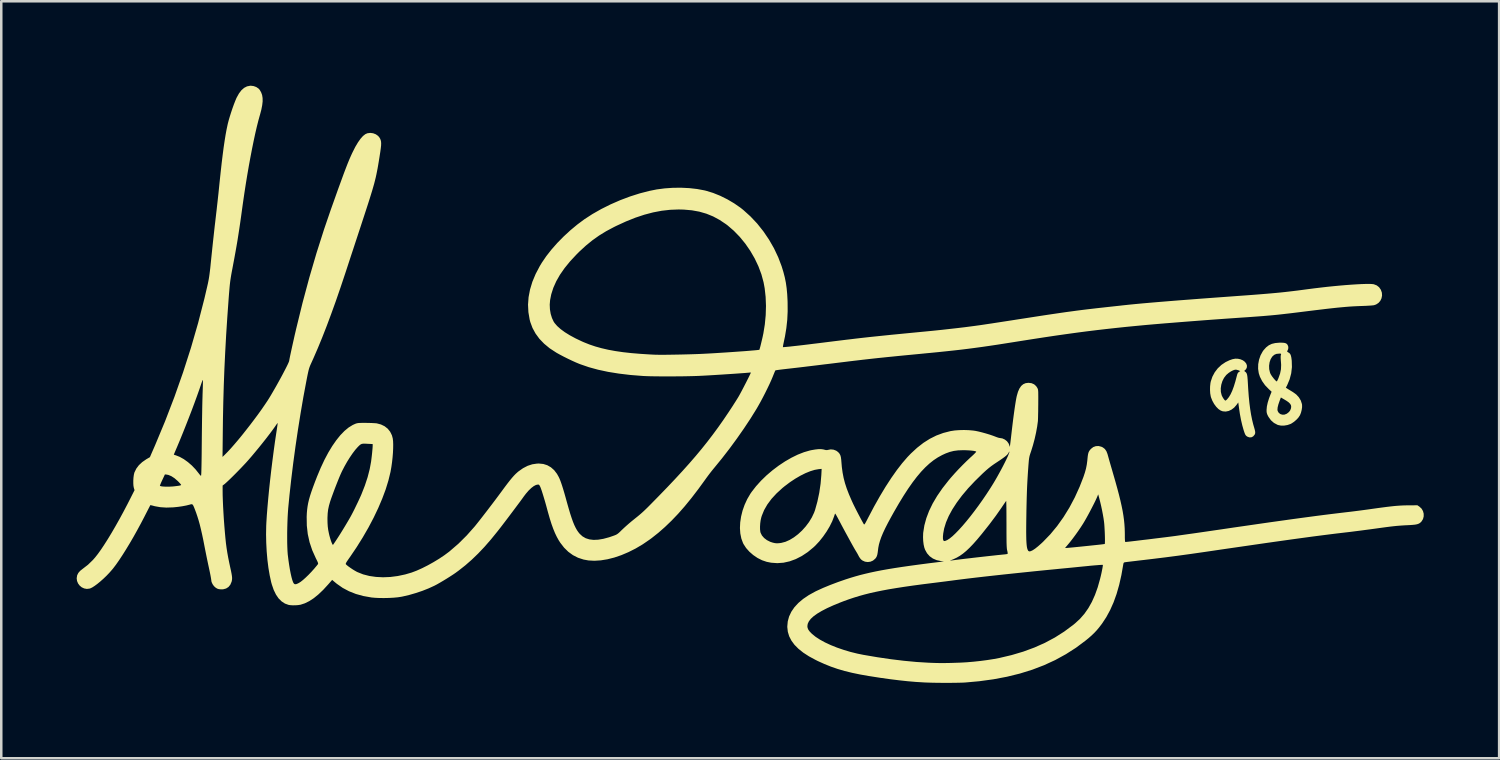
<source format=kicad_pcb>
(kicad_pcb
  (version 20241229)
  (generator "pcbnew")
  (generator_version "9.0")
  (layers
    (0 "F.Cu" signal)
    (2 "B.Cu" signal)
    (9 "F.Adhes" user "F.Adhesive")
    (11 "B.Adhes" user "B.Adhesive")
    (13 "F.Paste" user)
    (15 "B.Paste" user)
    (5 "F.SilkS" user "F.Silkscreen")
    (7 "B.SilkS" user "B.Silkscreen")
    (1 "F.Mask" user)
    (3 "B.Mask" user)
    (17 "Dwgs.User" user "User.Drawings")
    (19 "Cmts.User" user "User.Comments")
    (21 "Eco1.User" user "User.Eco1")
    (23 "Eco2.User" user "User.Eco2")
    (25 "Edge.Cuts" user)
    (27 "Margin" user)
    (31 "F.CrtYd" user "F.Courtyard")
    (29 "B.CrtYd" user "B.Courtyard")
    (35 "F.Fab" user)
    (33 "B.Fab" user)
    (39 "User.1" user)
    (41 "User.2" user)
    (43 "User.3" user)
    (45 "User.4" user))
  (footprint "Alectardy98 (3) F.CU"
    (layer "F.Cu")
    (at 26.107 12.086)
    (property "Reference" "Alectardy98 (3) F.CU" (at 11.938 -10.668 0) (layer "User.1") (effects (font (size 1.524 1.524) (thickness 0.3))))
    (attr board_only exclude_from_pos_files exclude_from_bom)
    (fp_poly (pts (xy 20.08 -0.867) (xy 20.182 -0.845) (xy 20.281 -0.803) (xy 20.358 -0.745) (xy 20.412 -0.677) (xy 20.44 -0.603) (xy 20.44 -0.529) (xy 20.41 -0.458) (xy 20.379 -0.424) (xy 20.332 -0.38) (xy 20.371 -0.352) (xy 20.405 -0.322) (xy 20.43 -0.283) (xy 20.448 -0.228) (xy 20.46 -0.151) (xy 20.469 -0.047) (xy 20.473 0.009) (xy 20.492 0.336) (xy 20.514 0.631) (xy 20.54 0.896) (xy 20.571 1.136) (xy 20.606 1.355) (xy 20.646 1.555) (xy 20.691 1.741) (xy 20.719 1.838) (xy 20.748 1.938) (xy 20.765 2.011) (xy 20.771 2.064) (xy 20.767 2.106) (xy 20.753 2.142) (xy 20.744 2.158) (xy 20.687 2.224) (xy 20.615 2.259) (xy 20.536 2.261) (xy 20.454 2.23) (xy 20.443 2.222) (xy 20.413 2.199) (xy 20.389 2.172) (xy 20.367 2.133) (xy 20.344 2.074) (xy 20.316 1.99) (xy 20.312 1.979) (xy 20.257 1.785) (xy 20.205 1.563) (xy 20.16 1.322) (xy 20.128 1.103) (xy 20.097 0.872) (xy 20.028 0.968) (xy 19.934 1.077) (xy 19.827 1.158) (xy 19.714 1.211) (xy 19.597 1.234) (xy 19.482 1.225) (xy 19.401 1.196) (xy 19.309 1.135) (xy 19.219 1.044) (xy 19.136 0.932) (xy 19.066 0.805) (xy 19.013 0.671) (xy 19.002 0.63) (xy 18.981 0.512) (xy 18.973 0.375) (xy 18.974 0.312) (xy 19.4 0.312) (xy 19.404 0.453) (xy 19.436 0.582) (xy 19.441 0.596) (xy 19.471 0.657) (xy 19.507 0.716) (xy 19.543 0.765) (xy 19.573 0.794) (xy 19.584 0.798) (xy 19.61 0.786) (xy 19.645 0.756) (xy 19.652 0.748) (xy 19.725 0.658) (xy 19.792 0.546) (xy 19.856 0.408) (xy 19.918 0.242) (xy 19.979 0.045) (xy 20.04 -0.185) (xy 20.04 -0.185) (xy 20.06 -0.257) (xy 20.082 -0.302) (xy 20.11 -0.332) (xy 20.123 -0.341) (xy 20.176 -0.375) (xy 20.104 -0.408) (xy 20.016 -0.432) (xy 19.964 -0.43) (xy 19.891 -0.406) (xy 19.804 -0.362) (xy 19.715 -0.303) (xy 19.635 -0.235) (xy 19.617 -0.218) (xy 19.531 -0.107) (xy 19.465 0.023) (xy 19.421 0.166) (xy 19.4 0.312) (xy 18.974 0.312) (xy 18.976 0.231) (xy 18.991 0.096) (xy 19.004 0.036) (xy 19.067 -0.152) (xy 19.161 -0.328) (xy 19.282 -0.486) (xy 19.427 -0.622) (xy 19.59 -0.731) (xy 19.608 -0.74) (xy 19.748 -0.807) (xy 19.869 -0.849) (xy 19.977 -0.869)) (stroke (width 0) (type solid)) (fill yes) (layer "F.SilkS"))
    (fp_poly (pts (xy 21.88 -1.503) (xy 21.952 -1.493) (xy 22.003 -1.474) (xy 22.04 -1.442) (xy 22.062 -1.411) (xy 22.088 -1.337) (xy 22.083 -1.256) (xy 22.053 -1.187) (xy 22.041 -1.161) (xy 22.049 -1.142) (xy 22.084 -1.12) (xy 22.093 -1.115) (xy 22.135 -1.086) (xy 22.166 -1.048) (xy 22.189 -0.994) (xy 22.207 -0.917) (xy 22.221 -0.812) (xy 22.224 -0.783) (xy 22.231 -0.534) (xy 22.203 -0.288) (xy 22.14 -0.048) (xy 22.045 0.179) (xy 21.99 0.287) (xy 22.076 0.341) (xy 22.139 0.379) (xy 22.214 0.425) (xy 22.272 0.46) (xy 22.403 0.555) (xy 22.507 0.668) (xy 22.584 0.795) (xy 22.628 0.932) (xy 22.634 0.97) (xy 22.635 1.062) (xy 22.619 1.17) (xy 22.591 1.28) (xy 22.552 1.378) (xy 22.549 1.383) (xy 22.492 1.47) (xy 22.41 1.559) (xy 22.314 1.642) (xy 22.214 1.708) (xy 22.176 1.728) (xy 22.055 1.77) (xy 21.925 1.792) (xy 21.796 1.793) (xy 21.682 1.77) (xy 21.657 1.761) (xy 21.516 1.686) (xy 21.397 1.581) (xy 21.3 1.447) (xy 21.277 1.406) (xy 21.247 1.341) (xy 21.23 1.286) (xy 21.223 1.224) (xy 21.223 1.161) (xy 21.223 1.16) (xy 21.655 1.16) (xy 21.663 1.209) (xy 21.705 1.282) (xy 21.768 1.333) (xy 21.846 1.358) (xy 21.931 1.357) (xy 22.015 1.326) (xy 22.035 1.314) (xy 22.111 1.254) (xy 22.159 1.192) (xy 22.19 1.119) (xy 22.202 1.049) (xy 22.194 0.987) (xy 22.163 0.93) (xy 22.107 0.872) (xy 22.021 0.81) (xy 21.937 0.759) (xy 21.792 0.674) (xy 21.744 0.8) (xy 21.693 0.948) (xy 21.663 1.068) (xy 21.655 1.16) (xy 21.223 1.16) (xy 21.235 1.031) (xy 21.268 0.878) (xy 21.321 0.707) (xy 21.372 0.572) (xy 21.423 0.445) (xy 21.307 0.338) (xy 21.163 0.188) (xy 21.046 0.023) (xy 20.958 -0.15) (xy 20.912 -0.291) (xy 20.886 -0.467) (xy 20.889 -0.59) (xy 21.323 -0.59) (xy 21.327 -0.454) (xy 21.356 -0.325) (xy 21.381 -0.261) (xy 21.411 -0.211) (xy 21.452 -0.151) (xy 21.5 -0.089) (xy 21.548 -0.033) (xy 21.59 0.011) (xy 21.619 0.034) (xy 21.626 0.036) (xy 21.64 0.021) (xy 21.662 -0.021) (xy 21.689 -0.08) (xy 21.697 -0.099) (xy 21.76 -0.278) (xy 21.795 -0.448) (xy 21.802 -0.62) (xy 21.798 -0.689) (xy 21.789 -0.803) (xy 21.784 -0.887) (xy 21.783 -0.948) (xy 21.786 -0.991) (xy 21.794 -1.024) (xy 21.796 -1.03) (xy 21.802 -1.054) (xy 21.793 -1.066) (xy 21.761 -1.07) (xy 21.718 -1.07) (xy 21.611 -1.059) (xy 21.525 -1.021) (xy 21.451 -0.954) (xy 21.447 -0.95) (xy 21.384 -0.848) (xy 21.342 -0.724) (xy 21.323 -0.59) (xy 20.889 -0.59) (xy 20.89 -0.649) (xy 20.924 -0.831) (xy 20.984 -1.004) (xy 21.07 -1.16) (xy 21.106 -1.21) (xy 21.205 -1.319) (xy 21.311 -1.401) (xy 21.43 -1.458) (xy 21.568 -1.491) (xy 21.73 -1.505) (xy 21.78 -1.506)) (stroke (width 0) (type solid)) (fill yes) (layer "F.SilkS"))
    (fp_poly (pts (xy 11.874 0.106) (xy 11.976 0.15) (xy 12.059 0.226) (xy 12.107 0.299) (xy 12.117 0.321) (xy 12.126 0.344) (xy 12.132 0.372) (xy 12.137 0.41) (xy 12.14 0.461) (xy 12.141 0.531) (xy 12.142 0.623) (xy 12.142 0.741) (xy 12.141 0.891) (xy 12.141 0.943) (xy 12.139 1.089) (xy 12.138 1.228) (xy 12.135 1.354) (xy 12.133 1.461) (xy 12.13 1.546) (xy 12.128 1.602) (xy 12.127 1.615) (xy 12.097 1.835) (xy 12.053 2.075) (xy 11.997 2.325) (xy 11.931 2.572) (xy 11.859 2.805) (xy 11.849 2.834) (xy 11.823 2.91) (xy 11.803 2.974) (xy 11.788 3.035) (xy 11.777 3.098) (xy 11.767 3.174) (xy 11.759 3.269) (xy 11.749 3.392) (xy 11.748 3.406) (xy 11.732 3.625) (xy 11.719 3.832) (xy 11.707 4.034) (xy 11.697 4.237) (xy 11.689 4.448) (xy 11.682 4.672) (xy 11.676 4.917) (xy 11.67 5.189) (xy 11.668 5.343) (xy 11.664 5.603) (xy 11.662 5.83) (xy 11.661 6.025) (xy 11.663 6.192) (xy 11.666 6.332) (xy 11.672 6.449) (xy 11.68 6.545) (xy 11.69 6.622) (xy 11.703 6.682) (xy 11.719 6.729) (xy 11.738 6.765) (xy 11.744 6.775) (xy 11.781 6.797) (xy 11.839 6.789) (xy 11.918 6.752) (xy 12.017 6.687) (xy 12.048 6.662) (xy 13.208 6.662) (xy 13.225 6.662) (xy 13.274 6.659) (xy 13.35 6.653) (xy 13.449 6.644) (xy 13.566 6.633) (xy 13.697 6.62) (xy 13.837 6.606) (xy 13.982 6.591) (xy 14.128 6.576) (xy 14.269 6.561) (xy 14.403 6.547) (xy 14.523 6.534) (xy 14.626 6.523) (xy 14.707 6.513) (xy 14.761 6.506) (xy 14.785 6.502) (xy 14.786 6.501) (xy 14.791 6.478) (xy 14.793 6.425) (xy 14.794 6.348) (xy 14.793 6.252) (xy 14.79 6.144) (xy 14.786 6.03) (xy 14.78 5.916) (xy 14.774 5.808) (xy 14.767 5.711) (xy 14.759 5.633) (xy 14.758 5.624) (xy 14.739 5.49) (xy 14.712 5.332) (xy 14.679 5.16) (xy 14.642 4.986) (xy 14.603 4.821) (xy 14.567 4.681) (xy 14.525 4.527) (xy 14.489 4.617) (xy 14.454 4.697) (xy 14.405 4.802) (xy 14.344 4.924) (xy 14.275 5.059) (xy 14.202 5.199) (xy 14.127 5.339) (xy 14.055 5.47) (xy 13.988 5.587) (xy 13.93 5.684) (xy 13.924 5.694) (xy 13.833 5.835) (xy 13.731 5.985) (xy 13.623 6.137) (xy 13.514 6.284) (xy 13.412 6.416) (xy 13.321 6.526) (xy 13.306 6.543) (xy 13.261 6.596) (xy 13.227 6.637) (xy 13.209 6.66) (xy 13.208 6.662) (xy 12.048 6.662) (xy 12.136 6.592) (xy 12.275 6.469) (xy 12.334 6.413) (xy 12.62 6.117) (xy 12.891 5.79) (xy 13.145 5.434) (xy 13.38 5.053) (xy 13.595 4.648) (xy 13.788 4.222) (xy 13.938 3.837) (xy 13.996 3.662) (xy 14.04 3.503) (xy 14.071 3.347) (xy 14.093 3.18) (xy 14.098 3.122) (xy 14.11 3.007) (xy 14.124 2.921) (xy 14.143 2.855) (xy 14.17 2.801) (xy 14.208 2.751) (xy 14.24 2.716) (xy 14.329 2.647) (xy 14.432 2.61) (xy 14.542 2.605) (xy 14.654 2.634) (xy 14.71 2.661) (xy 14.79 2.723) (xy 14.851 2.81) (xy 14.896 2.925) (xy 14.904 2.956) (xy 14.917 3.001) (xy 14.938 3.076) (xy 14.966 3.176) (xy 15 3.295) (xy 15.039 3.429) (xy 15.081 3.573) (xy 15.112 3.681) (xy 15.203 3.996) (xy 15.282 4.28) (xy 15.35 4.537) (xy 15.408 4.771) (xy 15.456 4.985) (xy 15.496 5.182) (xy 15.527 5.367) (xy 15.551 5.542) (xy 15.568 5.711) (xy 15.579 5.879) (xy 15.584 6.047) (xy 15.585 6.15) (xy 15.585 6.259) (xy 15.588 6.336) (xy 15.592 6.386) (xy 15.598 6.413) (xy 15.608 6.422) (xy 15.609 6.423) (xy 15.636 6.42) (xy 15.694 6.414) (xy 15.781 6.405) (xy 15.891 6.392) (xy 16.021 6.377) (xy 16.167 6.359) (xy 16.325 6.34) (xy 16.49 6.321) (xy 16.659 6.3) (xy 16.827 6.279) (xy 16.991 6.259) (xy 17.146 6.24) (xy 17.289 6.222) (xy 17.415 6.206) (xy 17.499 6.195) (xy 17.598 6.182) (xy 17.729 6.163) (xy 17.887 6.141) (xy 18.069 6.115) (xy 18.271 6.087) (xy 18.487 6.056) (xy 18.715 6.023) (xy 18.949 5.989) (xy 19.187 5.954) (xy 19.395 5.924) (xy 19.935 5.844) (xy 20.442 5.771) (xy 20.917 5.702) (xy 21.362 5.638) (xy 21.778 5.58) (xy 22.168 5.525) (xy 22.534 5.475) (xy 22.876 5.429) (xy 23.199 5.386) (xy 23.502 5.347) (xy 23.789 5.311) (xy 24.061 5.278) (xy 24.319 5.247) (xy 24.429 5.234) (xy 24.562 5.219) (xy 24.72 5.199) (xy 24.894 5.177) (xy 25.075 5.153) (xy 25.253 5.129) (xy 25.409 5.107) (xy 25.643 5.074) (xy 25.847 5.047) (xy 26.024 5.024) (xy 26.179 5.006) (xy 26.316 4.991) (xy 26.442 4.981) (xy 26.56 4.973) (xy 26.674 4.968) (xy 26.791 4.965) (xy 26.87 4.965) (xy 27.223 4.962) (xy 27.308 5.021) (xy 27.389 5.097) (xy 27.444 5.192) (xy 27.472 5.297) (xy 27.472 5.405) (xy 27.445 5.51) (xy 27.388 5.603) (xy 27.356 5.637) (xy 27.315 5.671) (xy 27.269 5.696) (xy 27.211 5.716) (xy 27.136 5.731) (xy 27.039 5.741) (xy 26.914 5.75) (xy 26.851 5.753) (xy 26.727 5.759) (xy 26.613 5.766) (xy 26.504 5.774) (xy 26.395 5.783) (xy 26.28 5.795) (xy 26.154 5.809) (xy 26.012 5.827) (xy 25.849 5.849) (xy 25.659 5.875) (xy 25.5 5.897) (xy 25.323 5.921) (xy 25.132 5.946) (xy 24.936 5.972) (xy 24.744 5.996) (xy 24.567 6.019) (xy 24.414 6.037) (xy 24.375 6.041) (xy 24.175 6.065) (xy 23.97 6.089) (xy 23.756 6.116) (xy 23.533 6.144) (xy 23.299 6.174) (xy 23.051 6.206) (xy 22.788 6.242) (xy 22.508 6.28) (xy 22.209 6.321) (xy 21.89 6.366) (xy 21.548 6.414) (xy 21.182 6.466) (xy 20.789 6.523) (xy 20.369 6.584) (xy 19.919 6.649) (xy 19.437 6.719) (xy 18.922 6.795) (xy 18.751 6.82) (xy 18.222 6.896) (xy 17.708 6.967) (xy 17.193 7.034) (xy 16.665 7.099) (xy 16.329 7.139) (xy 16.17 7.157) (xy 16.022 7.175) (xy 15.887 7.191) (xy 15.772 7.205) (xy 15.679 7.216) (xy 15.612 7.225) (xy 15.577 7.23) (xy 15.573 7.231) (xy 15.545 7.246) (xy 15.528 7.282) (xy 15.522 7.316) (xy 15.448 7.738) (xy 15.36 8.128) (xy 15.257 8.488) (xy 15.138 8.82) (xy 15.002 9.126) (xy 14.849 9.409) (xy 14.678 9.669) (xy 14.567 9.815) (xy 14.471 9.93) (xy 14.372 10.036) (xy 14.265 10.139) (xy 14.141 10.248) (xy 14.023 10.344) (xy 13.642 10.629) (xy 13.24 10.886) (xy 12.817 11.118) (xy 12.372 11.323) (xy 11.904 11.502) (xy 11.413 11.655) (xy 10.897 11.782) (xy 10.357 11.884) (xy 9.792 11.961) (xy 9.253 12.01) (xy 9.147 12.016) (xy 9.011 12.02) (xy 8.851 12.023) (xy 8.675 12.025) (xy 8.487 12.025) (xy 8.296 12.025) (xy 8.107 12.023) (xy 7.927 12.02) (xy 7.762 12.015) (xy 7.618 12.01) (xy 7.593 12.008) (xy 7.278 11.989) (xy 6.951 11.961) (xy 6.608 11.924) (xy 6.243 11.879) (xy 5.852 11.824) (xy 5.431 11.758) (xy 5.416 11.756) (xy 5.062 11.694) (xy 4.739 11.627) (xy 4.44 11.554) (xy 4.16 11.472) (xy 3.893 11.38) (xy 3.633 11.275) (xy 3.374 11.158) (xy 3.284 11.113) (xy 3.021 10.971) (xy 2.794 10.824) (xy 2.602 10.67) (xy 2.445 10.512) (xy 2.323 10.346) (xy 2.234 10.174) (xy 2.18 9.995) (xy 2.159 9.808) (xy 2.159 9.784) (xy 2.16 9.771) (xy 2.957 9.771) (xy 2.966 9.84) (xy 2.994 9.908) (xy 3.046 9.98) (xy 3.125 10.062) (xy 3.145 10.081) (xy 3.286 10.195) (xy 3.46 10.308) (xy 3.661 10.418) (xy 3.887 10.523) (xy 4.133 10.622) (xy 4.395 10.712) (xy 4.669 10.794) (xy 4.952 10.864) (xy 5.189 10.912) (xy 5.741 11.006) (xy 6.279 11.085) (xy 6.8 11.148) (xy 7.299 11.195) (xy 7.772 11.224) (xy 7.892 11.229) (xy 8.033 11.234) (xy 8.162 11.237) (xy 8.284 11.238) (xy 8.408 11.238) (xy 8.54 11.236) (xy 8.688 11.233) (xy 8.858 11.227) (xy 9.044 11.221) (xy 9.296 11.207) (xy 9.566 11.184) (xy 9.844 11.154) (xy 10.118 11.118) (xy 10.377 11.077) (xy 10.586 11.038) (xy 11.081 10.921) (xy 11.549 10.782) (xy 11.991 10.619) (xy 12.408 10.433) (xy 12.802 10.222) (xy 13.175 9.985) (xy 13.527 9.723) (xy 13.609 9.656) (xy 13.804 9.476) (xy 13.979 9.275) (xy 14.135 9.052) (xy 14.274 8.804) (xy 14.397 8.529) (xy 14.506 8.225) (xy 14.601 7.888) (xy 14.602 7.883) (xy 14.629 7.774) (xy 14.654 7.664) (xy 14.675 7.561) (xy 14.693 7.47) (xy 14.705 7.397) (xy 14.711 7.349) (xy 14.711 7.332) (xy 14.692 7.331) (xy 14.641 7.333) (xy 14.563 7.338) (xy 14.462 7.346) (xy 14.342 7.356) (xy 14.208 7.368) (xy 14.124 7.377) (xy 13.959 7.393) (xy 13.767 7.412) (xy 13.559 7.433) (xy 13.345 7.454) (xy 13.135 7.474) (xy 12.939 7.493) (xy 12.863 7.501) (xy 12.429 7.543) (xy 12 7.586) (xy 11.577 7.63) (xy 11.165 7.673) (xy 10.766 7.715) (xy 10.384 7.757) (xy 10.022 7.797) (xy 9.683 7.836) (xy 9.37 7.873) (xy 9.086 7.908) (xy 8.834 7.94) (xy 8.781 7.947) (xy 8.696 7.959) (xy 8.581 7.973) (xy 8.445 7.991) (xy 8.294 8.01) (xy 8.136 8.03) (xy 7.977 8.05) (xy 7.928 8.056) (xy 7.523 8.107) (xy 7.15 8.157) (xy 6.808 8.206) (xy 6.494 8.255) (xy 6.203 8.303) (xy 5.935 8.353) (xy 5.685 8.404) (xy 5.45 8.456) (xy 5.229 8.512) (xy 5.017 8.571) (xy 4.812 8.634) (xy 4.611 8.701) (xy 4.411 8.773) (xy 4.268 8.828) (xy 3.986 8.944) (xy 3.739 9.056) (xy 3.527 9.166) (xy 3.349 9.272) (xy 3.205 9.376) (xy 3.094 9.478) (xy 3.017 9.579) (xy 2.971 9.678) (xy 2.957 9.771) (xy 2.16 9.771) (xy 2.177 9.581) (xy 2.23 9.386) (xy 2.318 9.199) (xy 2.44 9.02) (xy 2.597 8.849) (xy 2.788 8.688) (xy 3.013 8.536) (xy 3.271 8.393) (xy 3.329 8.365) (xy 3.585 8.248) (xy 3.87 8.131) (xy 4.177 8.015) (xy 4.48 7.91) (xy 4.667 7.85) (xy 4.856 7.793) (xy 5.049 7.739) (xy 5.249 7.689) (xy 5.458 7.64) (xy 5.679 7.593) (xy 5.915 7.547) (xy 6.169 7.502) (xy 6.443 7.457) (xy 6.74 7.412) (xy 7.062 7.366) (xy 7.414 7.318) (xy 7.796 7.268) (xy 8.128 7.227) (xy 8.391 7.195) (xy 8.27 7.181) (xy 8.178 7.161) (xy 8.631 7.161) (xy 8.641 7.163) (xy 8.679 7.158) (xy 8.681 7.158) (xy 8.724 7.153) (xy 8.795 7.144) (xy 8.886 7.132) (xy 8.988 7.119) (xy 9.044 7.112) (xy 9.145 7.1) (xy 9.269 7.085) (xy 9.413 7.069) (xy 9.57 7.05) (xy 9.737 7.031) (xy 9.906 7.012) (xy 10.075 6.993) (xy 10.237 6.975) (xy 10.387 6.959) (xy 10.52 6.944) (xy 10.632 6.933) (xy 10.717 6.924) (xy 10.761 6.92) (xy 10.83 6.913) (xy 10.885 6.905) (xy 10.917 6.897) (xy 10.919 6.896) (xy 10.926 6.871) (xy 10.918 6.814) (xy 10.907 6.767) (xy 10.9 6.737) (xy 10.894 6.701) (xy 10.89 6.658) (xy 10.886 6.602) (xy 10.883 6.532) (xy 10.88 6.444) (xy 10.879 6.335) (xy 10.878 6.201) (xy 10.877 6.04) (xy 10.877 5.847) (xy 10.877 5.711) (xy 10.876 5.531) (xy 10.876 5.363) (xy 10.875 5.21) (xy 10.874 5.075) (xy 10.872 4.962) (xy 10.87 4.874) (xy 10.868 4.815) (xy 10.866 4.788) (xy 10.865 4.786) (xy 10.852 4.805) (xy 10.822 4.848) (xy 10.778 4.912) (xy 10.725 4.99) (xy 10.677 5.062) (xy 10.451 5.384) (xy 10.196 5.724) (xy 9.915 6.078) (xy 9.88 6.121) (xy 9.709 6.326) (xy 9.553 6.502) (xy 9.409 6.652) (xy 9.275 6.779) (xy 9.147 6.885) (xy 9.022 6.973) (xy 8.897 7.046) (xy 8.77 7.106) (xy 8.704 7.132) (xy 8.652 7.152) (xy 8.631 7.161) (xy 8.178 7.161) (xy 8.101 7.145) (xy 7.951 7.081) (xy 7.822 6.989) (xy 7.718 6.872) (xy 7.64 6.732) (xy 7.61 6.649) (xy 7.582 6.526) (xy 7.564 6.38) (xy 7.558 6.225) (xy 7.559 6.207) (xy 8.349 6.207) (xy 8.35 6.297) (xy 8.364 6.355) (xy 8.39 6.383) (xy 8.405 6.385) (xy 8.446 6.377) (xy 8.499 6.355) (xy 8.521 6.345) (xy 8.615 6.285) (xy 8.725 6.196) (xy 8.848 6.08) (xy 8.983 5.941) (xy 9.128 5.781) (xy 9.281 5.601) (xy 9.439 5.406) (xy 9.6 5.197) (xy 9.763 4.977) (xy 9.926 4.748) (xy 10.085 4.514) (xy 10.24 4.276) (xy 10.346 4.106) (xy 10.425 3.974) (xy 10.506 3.833) (xy 10.587 3.687) (xy 10.667 3.541) (xy 10.742 3.398) (xy 10.811 3.262) (xy 10.872 3.138) (xy 10.923 3.029) (xy 10.961 2.939) (xy 10.986 2.872) (xy 10.994 2.834) (xy 10.988 2.827) (xy 10.973 2.849) (xy 10.969 2.858) (xy 10.947 2.899) (xy 10.914 2.941) (xy 10.867 2.987) (xy 10.801 3.04) (xy 10.714 3.103) (xy 10.602 3.18) (xy 10.513 3.239) (xy 10.382 3.326) (xy 10.271 3.405) (xy 10.17 3.484) (xy 10.068 3.571) (xy 9.954 3.675) (xy 9.927 3.7) (xy 9.623 3.998) (xy 9.349 4.289) (xy 9.108 4.575) (xy 8.9 4.854) (xy 8.724 5.125) (xy 8.581 5.388) (xy 8.472 5.642) (xy 8.397 5.887) (xy 8.361 6.083) (xy 8.349 6.207) (xy 7.559 6.207) (xy 7.563 6.075) (xy 7.566 6.046) (xy 7.611 5.762) (xy 7.689 5.476) (xy 7.799 5.186) (xy 7.942 4.891) (xy 8.119 4.591) (xy 8.33 4.285) (xy 8.576 3.971) (xy 8.66 3.871) (xy 8.802 3.71) (xy 8.96 3.539) (xy 9.126 3.368) (xy 9.291 3.205) (xy 9.445 3.059) (xy 9.487 3.022) (xy 9.556 2.958) (xy 9.613 2.902) (xy 9.654 2.859) (xy 9.674 2.833) (xy 9.675 2.828) (xy 9.642 2.813) (xy 9.58 2.799) (xy 9.493 2.788) (xy 9.389 2.779) (xy 9.273 2.773) (xy 9.152 2.771) (xy 9.144 2.771) (xy 8.952 2.778) (xy 8.782 2.8) (xy 8.622 2.84) (xy 8.46 2.899) (xy 8.315 2.966) (xy 8.145 3.059) (xy 7.978 3.17) (xy 7.813 3.301) (xy 7.649 3.452) (xy 7.483 3.626) (xy 7.316 3.824) (xy 7.145 4.047) (xy 6.969 4.298) (xy 6.787 4.578) (xy 6.597 4.889) (xy 6.399 5.231) (xy 6.286 5.434) (xy 6.16 5.667) (xy 6.054 5.875) (xy 5.967 6.06) (xy 5.897 6.228) (xy 5.844 6.38) (xy 5.804 6.521) (xy 5.778 6.654) (xy 5.769 6.726) (xy 5.755 6.838) (xy 5.74 6.922) (xy 5.721 6.985) (xy 5.695 7.036) (xy 5.661 7.082) (xy 5.654 7.089) (xy 5.568 7.162) (xy 5.466 7.206) (xy 5.358 7.22) (xy 5.249 7.205) (xy 5.148 7.159) (xy 5.092 7.116) (xy 5.055 7.071) (xy 5.014 7.01) (xy 4.991 6.967) (xy 4.952 6.893) (xy 4.905 6.813) (xy 4.877 6.767) (xy 4.85 6.722) (xy 4.808 6.649) (xy 4.754 6.553) (xy 4.69 6.438) (xy 4.62 6.31) (xy 4.545 6.172) (xy 4.467 6.03) (xy 4.39 5.887) (xy 4.316 5.749) (xy 4.248 5.619) (xy 4.199 5.527) (xy 4.154 5.443) (xy 4.115 5.372) (xy 4.084 5.321) (xy 4.064 5.294) (xy 4.059 5.291) (xy 4.05 5.316) (xy 4.033 5.364) (xy 4.019 5.407) (xy 3.946 5.598) (xy 3.845 5.801) (xy 3.723 6.006) (xy 3.584 6.206) (xy 3.434 6.395) (xy 3.275 6.565) (xy 3.205 6.631) (xy 2.973 6.823) (xy 2.736 6.98) (xy 2.495 7.103) (xy 2.252 7.192) (xy 2.008 7.246) (xy 1.763 7.264) (xy 1.519 7.247) (xy 1.338 7.211) (xy 1.153 7.148) (xy 0.973 7.057) (xy 0.804 6.942) (xy 0.651 6.809) (xy 0.52 6.662) (xy 0.419 6.507) (xy 0.398 6.466) (xy 0.331 6.285) (xy 0.29 6.084) (xy 0.275 5.869) (xy 0.278 5.804) (xy 1.074 5.804) (xy 1.075 5.92) (xy 1.086 6.016) (xy 1.096 6.055) (xy 1.151 6.165) (xy 1.237 6.264) (xy 1.349 6.349) (xy 1.482 6.416) (xy 1.58 6.448) (xy 1.668 6.468) (xy 1.75 6.475) (xy 1.841 6.469) (xy 1.921 6.458) (xy 2.085 6.415) (xy 2.254 6.34) (xy 2.422 6.238) (xy 2.588 6.112) (xy 2.746 5.966) (xy 2.892 5.803) (xy 3.023 5.629) (xy 3.135 5.445) (xy 3.224 5.257) (xy 3.262 5.153) (xy 3.355 4.819) (xy 3.43 4.466) (xy 3.483 4.106) (xy 3.513 3.757) (xy 3.525 3.514) (xy 3.409 3.525) (xy 3.25 3.553) (xy 3.073 3.607) (xy 2.881 3.685) (xy 2.681 3.785) (xy 2.475 3.905) (xy 2.268 4.042) (xy 2.064 4.195) (xy 1.968 4.273) (xy 1.732 4.489) (xy 1.531 4.707) (xy 1.366 4.929) (xy 1.237 5.153) (xy 1.144 5.381) (xy 1.125 5.443) (xy 1.099 5.556) (xy 1.082 5.68) (xy 1.074 5.804) (xy 0.278 5.804) (xy 0.286 5.642) (xy 0.321 5.41) (xy 0.379 5.175) (xy 0.461 4.943) (xy 0.565 4.717) (xy 0.691 4.502) (xy 0.743 4.427) (xy 0.919 4.201) (xy 1.118 3.981) (xy 1.336 3.77) (xy 1.57 3.571) (xy 1.815 3.386) (xy 2.066 3.219) (xy 2.321 3.072) (xy 2.573 2.948) (xy 2.821 2.851) (xy 3.058 2.782) (xy 3.13 2.767) (xy 3.28 2.742) (xy 3.403 2.729) (xy 3.504 2.729) (xy 3.589 2.74) (xy 3.62 2.748) (xy 3.691 2.765) (xy 3.742 2.767) (xy 3.778 2.759) (xy 3.886 2.739) (xy 3.998 2.75) (xy 4.103 2.79) (xy 4.179 2.845) (xy 4.231 2.903) (xy 4.267 2.967) (xy 4.29 3.047) (xy 4.304 3.151) (xy 4.308 3.203) (xy 4.328 3.44) (xy 4.358 3.661) (xy 4.399 3.874) (xy 4.454 4.085) (xy 4.525 4.302) (xy 4.613 4.53) (xy 4.72 4.777) (xy 4.78 4.908) (xy 4.819 4.987) (xy 4.868 5.086) (xy 4.924 5.196) (xy 4.984 5.312) (xy 5.044 5.425) (xy 5.1 5.531) (xy 5.149 5.62) (xy 5.187 5.688) (xy 5.2 5.71) (xy 5.21 5.722) (xy 5.221 5.724) (xy 5.235 5.713) (xy 5.255 5.684) (xy 5.284 5.633) (xy 5.324 5.557) (xy 5.376 5.456) (xy 5.609 5.014) (xy 5.84 4.604) (xy 6.068 4.225) (xy 6.293 3.879) (xy 6.514 3.565) (xy 6.73 3.286) (xy 6.942 3.041) (xy 7.075 2.903) (xy 7.323 2.674) (xy 7.573 2.479) (xy 7.827 2.318) (xy 8.089 2.187) (xy 8.362 2.086) (xy 8.65 2.012) (xy 8.663 2.01) (xy 8.818 1.986) (xy 8.997 1.973) (xy 9.185 1.968) (xy 9.373 1.974) (xy 9.546 1.989) (xy 9.643 2.003) (xy 9.768 2.029) (xy 9.912 2.065) (xy 10.063 2.107) (xy 10.211 2.152) (xy 10.343 2.197) (xy 10.43 2.23) (xy 10.5 2.257) (xy 10.563 2.277) (xy 10.607 2.286) (xy 10.612 2.286) (xy 10.714 2.303) (xy 10.812 2.348) (xy 10.897 2.415) (xy 10.959 2.499) (xy 10.984 2.556) (xy 11.008 2.64) (xy 11.019 2.576) (xy 11.024 2.542) (xy 11.032 2.476) (xy 11.043 2.386) (xy 11.056 2.276) (xy 11.07 2.152) (xy 11.085 2.023) (xy 11.113 1.787) (xy 11.141 1.56) (xy 11.169 1.347) (xy 11.196 1.151) (xy 11.222 0.976) (xy 11.246 0.825) (xy 11.268 0.704) (xy 11.286 0.617) (xy 11.334 0.45) (xy 11.392 0.318) (xy 11.461 0.217) (xy 11.543 0.147) (xy 11.639 0.105) (xy 11.751 0.091) (xy 11.753 0.091)) (stroke (width 0) (type solid)) (fill yes) (layer "F.SilkS"))
    (fp_poly (pts (xy -19.067 -11.712) (xy -18.964 -11.674) (xy -18.876 -11.616) (xy -18.826 -11.561) (xy -18.77 -11.463) (xy -18.731 -11.356) (xy -18.712 -11.237) (xy -18.71 -11.102) (xy -18.728 -10.948) (xy -18.763 -10.77) (xy -18.817 -10.565) (xy -18.825 -10.54) (xy -18.882 -10.334) (xy -18.942 -10.095) (xy -19.004 -9.827) (xy -19.067 -9.534) (xy -19.131 -9.219) (xy -19.195 -8.886) (xy -19.259 -8.538) (xy -19.321 -8.179) (xy -19.381 -7.813) (xy -19.438 -7.443) (xy -19.492 -7.073) (xy -19.522 -6.858) (xy -19.563 -6.559) (xy -19.601 -6.289) (xy -19.638 -6.04) (xy -19.674 -5.806) (xy -19.71 -5.577) (xy -19.749 -5.348) (xy -19.791 -5.111) (xy -19.837 -4.858) (xy -19.889 -4.582) (xy -19.911 -4.463) (xy -19.937 -4.329) (xy -19.958 -4.214) (xy -19.975 -4.111) (xy -19.99 -4.015) (xy -20.003 -3.919) (xy -20.015 -3.817) (xy -20.026 -3.704) (xy -20.037 -3.573) (xy -20.05 -3.419) (xy -20.064 -3.235) (xy -20.065 -3.22) (xy -20.117 -2.499) (xy -20.162 -1.805) (xy -20.199 -1.13) (xy -20.231 -0.468) (xy -20.256 0.189) (xy -20.275 0.851) (xy -20.289 1.524) (xy -20.295 2.014) (xy -20.306 3.039) (xy -20.212 2.948) (xy -20.103 2.838) (xy -19.977 2.702) (xy -19.838 2.543) (xy -19.688 2.367) (xy -19.531 2.176) (xy -19.371 1.974) (xy -19.209 1.767) (xy -19.05 1.557) (xy -18.896 1.35) (xy -18.751 1.148) (xy -18.619 0.956) (xy -18.519 0.807) (xy -18.456 0.708) (xy -18.385 0.591) (xy -18.309 0.461) (xy -18.228 0.321) (xy -18.145 0.175) (xy -18.063 0.027) (xy -17.982 -0.12) (xy -17.906 -0.262) (xy -17.837 -0.394) (xy -17.775 -0.514) (xy -17.724 -0.617) (xy -17.685 -0.701) (xy -17.661 -0.76) (xy -17.653 -0.79) (xy -17.649 -0.817) (xy -17.638 -0.875) (xy -17.621 -0.96) (xy -17.598 -1.068) (xy -17.571 -1.193) (xy -17.541 -1.331) (xy -17.508 -1.479) (xy -17.474 -1.631) (xy -17.44 -1.784) (xy -17.405 -1.933) (xy -17.378 -2.05) (xy -17.124 -3.087) (xy -16.854 -4.093) (xy -16.568 -5.07) (xy -16.265 -6.021) (xy -15.995 -6.808) (xy -15.886 -7.113) (xy -15.789 -7.386) (xy -15.702 -7.63) (xy -15.623 -7.846) (xy -15.553 -8.038) (xy -15.491 -8.208) (xy -15.434 -8.359) (xy -15.383 -8.492) (xy -15.337 -8.61) (xy -15.294 -8.716) (xy -15.254 -8.812) (xy -15.215 -8.901) (xy -15.178 -8.984) (xy -15.14 -9.065) (xy -15.129 -9.087) (xy -15.023 -9.297) (xy -14.918 -9.473) (xy -14.817 -9.616) (xy -14.72 -9.725) (xy -14.626 -9.799) (xy -14.544 -9.835) (xy -14.43 -9.85) (xy -14.315 -9.835) (xy -14.208 -9.794) (xy -14.118 -9.73) (xy -14.069 -9.672) (xy -14.037 -9.619) (xy -14.015 -9.565) (xy -14.001 -9.505) (xy -13.996 -9.434) (xy -13.999 -9.346) (xy -14.011 -9.236) (xy -14.03 -9.098) (xy -14.04 -9.034) (xy -14.067 -8.861) (xy -14.092 -8.706) (xy -14.116 -8.564) (xy -14.139 -8.433) (xy -14.163 -8.309) (xy -14.187 -8.19) (xy -14.213 -8.072) (xy -14.243 -7.951) (xy -14.275 -7.826) (xy -14.313 -7.693) (xy -14.355 -7.548) (xy -14.404 -7.389) (xy -14.459 -7.212) (xy -14.522 -7.015) (xy -14.594 -6.793) (xy -14.675 -6.545) (xy -14.766 -6.267) (xy -14.807 -6.141) (xy -14.88 -5.92) (xy -14.957 -5.685) (xy -15.036 -5.445) (xy -15.115 -5.204) (xy -15.193 -4.969) (xy -15.266 -4.746) (xy -15.333 -4.541) (xy -15.392 -4.361) (xy -15.421 -4.273) (xy -15.614 -3.696) (xy -15.801 -3.154) (xy -15.985 -2.644) (xy -16.164 -2.164) (xy -16.34 -1.714) (xy -16.514 -1.291) (xy -16.686 -0.894) (xy -16.766 -0.717) (xy -16.798 -0.647) (xy -16.824 -0.587) (xy -16.845 -0.531) (xy -16.864 -0.473) (xy -16.882 -0.409) (xy -16.9 -0.331) (xy -16.921 -0.234) (xy -16.945 -0.113) (xy -16.974 0.036) (xy -17.09 0.655) (xy -17.2 1.298) (xy -17.305 1.955) (xy -17.403 2.618) (xy -17.493 3.28) (xy -17.573 3.931) (xy -17.643 4.563) (xy -17.693 5.08) (xy -17.705 5.248) (xy -17.716 5.436) (xy -17.724 5.638) (xy -17.73 5.847) (xy -17.734 6.057) (xy -17.734 6.263) (xy -17.733 6.458) (xy -17.728 6.636) (xy -17.721 6.79) (xy -17.712 6.916) (xy -17.71 6.931) (xy -17.685 7.134) (xy -17.657 7.329) (xy -17.627 7.511) (xy -17.595 7.676) (xy -17.563 7.818) (xy -17.531 7.935) (xy -17.5 8.02) (xy -17.496 8.03) (xy -17.466 8.078) (xy -17.43 8.102) (xy -17.382 8.101) (xy -17.316 8.076) (xy -17.269 8.052) (xy -17.194 8.004) (xy -17.102 7.931) (xy -16.997 7.837) (xy -16.885 7.729) (xy -16.77 7.609) (xy -16.657 7.483) (xy -16.55 7.355) (xy -16.513 7.308) (xy -16.505 7.291) (xy -16.505 7.268) (xy -16.516 7.232) (xy -16.54 7.177) (xy -16.579 7.099) (xy -16.597 7.063) (xy -16.737 6.751) (xy -16.843 6.434) (xy -16.915 6.108) (xy -16.953 5.771) (xy -16.957 5.506) (xy -16.132 5.506) (xy -16.129 5.667) (xy -16.12 5.806) (xy -16.103 5.938) (xy -16.075 6.078) (xy -16.054 6.169) (xy -16.029 6.259) (xy -16.002 6.347) (xy -15.975 6.424) (xy -15.949 6.486) (xy -15.928 6.526) (xy -15.913 6.538) (xy -15.911 6.537) (xy -15.897 6.517) (xy -15.866 6.473) (xy -15.824 6.41) (xy -15.774 6.335) (xy -15.754 6.305) (xy -15.691 6.208) (xy -15.615 6.088) (xy -15.531 5.952) (xy -15.444 5.809) (xy -15.359 5.667) (xy -15.28 5.533) (xy -15.218 5.425) (xy -15.173 5.342) (xy -15.117 5.235) (xy -15.054 5.11) (xy -14.989 4.975) (xy -14.923 4.839) (xy -14.863 4.71) (xy -14.81 4.594) (xy -14.781 4.527) (xy -14.645 4.181) (xy -14.534 3.844) (xy -14.451 3.521) (xy -14.397 3.229) (xy -14.384 3.126) (xy -14.37 3.012) (xy -14.357 2.895) (xy -14.347 2.784) (xy -14.338 2.687) (xy -14.334 2.613) (xy -14.333 2.584) (xy -14.333 2.527) (xy -14.545 2.516) (xy -14.644 2.511) (xy -14.715 2.512) (xy -14.769 2.521) (xy -14.813 2.542) (xy -14.858 2.577) (xy -14.911 2.629) (xy -14.929 2.647) (xy -15.026 2.757) (xy -15.131 2.895) (xy -15.24 3.055) (xy -15.349 3.229) (xy -15.453 3.413) (xy -15.549 3.598) (xy -15.574 3.651) (xy -15.613 3.737) (xy -15.661 3.85) (xy -15.715 3.983) (xy -15.773 4.129) (xy -15.832 4.28) (xy -15.888 4.43) (xy -15.94 4.571) (xy -15.985 4.695) (xy -16.019 4.796) (xy -16.026 4.817) (xy -16.073 4.983) (xy -16.105 5.132) (xy -16.123 5.279) (xy -16.131 5.442) (xy -16.132 5.506) (xy -16.957 5.506) (xy -16.959 5.42) (xy -16.958 5.412) (xy -16.952 5.27) (xy -16.94 5.136) (xy -16.923 5.005) (xy -16.899 4.873) (xy -16.866 4.734) (xy -16.824 4.586) (xy -16.771 4.423) (xy -16.706 4.24) (xy -16.629 4.033) (xy -16.542 3.81) (xy -16.399 3.469) (xy -16.251 3.153) (xy -16.098 2.865) (xy -15.94 2.604) (xy -15.78 2.374) (xy -15.618 2.173) (xy -15.455 2.005) (xy -15.291 1.869) (xy -15.127 1.768) (xy -15.028 1.723) (xy -14.987 1.708) (xy -14.947 1.698) (xy -14.901 1.691) (xy -14.843 1.687) (xy -14.766 1.685) (xy -14.663 1.685) (xy -14.596 1.685) (xy -14.482 1.687) (xy -14.374 1.69) (xy -14.279 1.695) (xy -14.205 1.7) (xy -14.169 1.704) (xy -14.004 1.748) (xy -13.858 1.819) (xy -13.735 1.916) (xy -13.638 2.037) (xy -13.568 2.179) (xy -13.535 2.302) (xy -13.522 2.408) (xy -13.517 2.543) (xy -13.519 2.701) (xy -13.527 2.876) (xy -13.542 3.06) (xy -13.563 3.249) (xy -13.589 3.435) (xy -13.62 3.612) (xy -13.627 3.647) (xy -13.708 3.979) (xy -13.816 4.33) (xy -13.952 4.695) (xy -14.112 5.072) (xy -14.296 5.458) (xy -14.502 5.849) (xy -14.729 6.242) (xy -14.975 6.635) (xy -15.238 7.024) (xy -15.257 7.049) (xy -15.32 7.14) (xy -15.364 7.205) (xy -15.39 7.251) (xy -15.403 7.281) (xy -15.403 7.301) (xy -15.399 7.309) (xy -15.36 7.346) (xy -15.297 7.396) (xy -15.218 7.452) (xy -15.132 7.51) (xy -15.045 7.563) (xy -14.967 7.607) (xy -14.94 7.62) (xy -14.714 7.71) (xy -14.466 7.774) (xy -14.2 7.812) (xy -13.921 7.826) (xy -13.631 7.814) (xy -13.336 7.776) (xy -13.04 7.713) (xy -12.784 7.638) (xy -12.586 7.563) (xy -12.369 7.466) (xy -12.143 7.352) (xy -11.915 7.225) (xy -11.692 7.09) (xy -11.484 6.951) (xy -11.297 6.812) (xy -11.276 6.795) (xy -10.924 6.492) (xy -10.592 6.162) (xy -10.276 5.806) (xy -10.209 5.723) (xy -10.123 5.615) (xy -10.024 5.489) (xy -9.914 5.347) (xy -9.797 5.196) (xy -9.678 5.04) (xy -9.559 4.884) (xy -9.445 4.733) (xy -9.339 4.591) (xy -9.245 4.464) (xy -9.211 4.418) (xy -9.083 4.244) (xy -8.972 4.097) (xy -8.875 3.973) (xy -8.791 3.871) (xy -8.715 3.785) (xy -8.646 3.714) (xy -8.579 3.653) (xy -8.538 3.618) (xy -8.354 3.488) (xy -8.171 3.393) (xy -7.985 3.332) (xy -7.794 3.304) (xy -7.72 3.302) (xy -7.547 3.319) (xy -7.388 3.369) (xy -7.243 3.452) (xy -7.114 3.566) (xy -7.003 3.711) (xy -6.933 3.836) (xy -6.9 3.906) (xy -6.868 3.985) (xy -6.835 4.076) (xy -6.799 4.183) (xy -6.759 4.31) (xy -6.714 4.461) (xy -6.663 4.64) (xy -6.607 4.844) (xy -6.539 5.083) (xy -6.478 5.29) (xy -6.42 5.467) (xy -6.366 5.619) (xy -6.313 5.748) (xy -6.26 5.858) (xy -6.207 5.952) (xy -6.151 6.033) (xy -6.098 6.098) (xy -5.987 6.199) (xy -5.859 6.273) (xy -5.713 6.319) (xy -5.548 6.339) (xy -5.363 6.331) (xy -5.156 6.296) (xy -4.926 6.234) (xy -4.766 6.179) (xy -4.698 6.154) (xy -4.645 6.131) (xy -4.6 6.104) (xy -4.554 6.069) (xy -4.5 6.02) (xy -4.43 5.951) (xy -4.417 5.939) (xy -4.34 5.866) (xy -4.244 5.779) (xy -4.138 5.686) (xy -4.031 5.596) (xy -3.964 5.542) (xy -3.875 5.47) (xy -3.797 5.408) (xy -3.727 5.35) (xy -3.663 5.295) (xy -3.6 5.239) (xy -3.535 5.179) (xy -3.464 5.111) (xy -3.384 5.033) (xy -3.292 4.94) (xy -3.184 4.83) (xy -3.056 4.7) (xy -2.959 4.601) (xy -2.619 4.25) (xy -2.305 3.918) (xy -2.013 3.602) (xy -1.742 3.3) (xy -1.488 3.007) (xy -1.249 2.72) (xy -1.022 2.436) (xy -0.804 2.151) (xy -0.593 1.864) (xy -0.385 1.569) (xy -0.179 1.264) (xy -0.105 1.152) (xy -0.032 1.041) (xy 0.04 0.928) (xy 0.108 0.822) (xy 0.166 0.729) (xy 0.21 0.658) (xy 0.218 0.644) (xy 0.25 0.588) (xy 0.292 0.511) (xy 0.342 0.418) (xy 0.396 0.315) (xy 0.453 0.205) (xy 0.51 0.095) (xy 0.564 -0.012) (xy 0.613 -0.109) (xy 0.654 -0.193) (xy 0.685 -0.258) (xy 0.704 -0.299) (xy 0.708 -0.311) (xy 0.693 -0.32) (xy 0.667 -0.318) (xy 0.637 -0.314) (xy 0.576 -0.309) (xy 0.485 -0.301) (xy 0.371 -0.293) (xy 0.236 -0.283) (xy 0.085 -0.272) (xy -0.079 -0.261) (xy -0.252 -0.25) (xy -0.429 -0.238) (xy -0.607 -0.227) (xy -0.782 -0.216) (xy -0.95 -0.206) (xy -1.107 -0.197) (xy -1.225 -0.191) (xy -1.385 -0.183) (xy -1.569 -0.177) (xy -1.773 -0.172) (xy -1.991 -0.168) (xy -2.218 -0.166) (xy -2.447 -0.164) (xy -2.674 -0.164) (xy -2.893 -0.165) (xy -3.098 -0.167) (xy -3.284 -0.17) (xy -3.446 -0.175) (xy -3.577 -0.181) (xy -3.592 -0.182) (xy -4.083 -0.221) (xy -4.542 -0.276) (xy -4.97 -0.345) (xy -5.367 -0.43) (xy -5.736 -0.531) (xy -6.076 -0.648) (xy -6.132 -0.67) (xy -6.263 -0.725) (xy -6.413 -0.793) (xy -6.574 -0.87) (xy -6.734 -0.95) (xy -6.883 -1.028) (xy -7.011 -1.099) (xy -7.039 -1.116) (xy -7.294 -1.283) (xy -7.514 -1.465) (xy -7.702 -1.66) (xy -7.855 -1.869) (xy -7.976 -2.091) (xy -8.064 -2.328) (xy -8.089 -2.424) (xy -8.139 -2.717) (xy -8.154 -3.015) (xy -8.154 -3.018) (xy -7.291 -3.018) (xy -7.283 -2.832) (xy -7.253 -2.652) (xy -7.202 -2.487) (xy -7.134 -2.342) (xy -7.097 -2.286) (xy -6.994 -2.167) (xy -6.857 -2.045) (xy -6.688 -1.921) (xy -6.489 -1.798) (xy -6.261 -1.675) (xy -6.008 -1.555) (xy -5.933 -1.522) (xy -5.712 -1.434) (xy -5.479 -1.355) (xy -5.232 -1.286) (xy -4.968 -1.225) (xy -4.685 -1.173) (xy -4.378 -1.128) (xy -4.045 -1.091) (xy -3.683 -1.061) (xy -3.29 -1.036) (xy -3.102 -1.027) (xy -3.018 -1.025) (xy -2.903 -1.024) (xy -2.762 -1.024) (xy -2.6 -1.025) (xy -2.422 -1.028) (xy -2.234 -1.031) (xy -2.04 -1.035) (xy -1.846 -1.04) (xy -1.656 -1.045) (xy -1.477 -1.051) (xy -1.312 -1.057) (xy -1.188 -1.063) (xy -1.033 -1.071) (xy -0.863 -1.08) (xy -0.683 -1.091) (xy -0.495 -1.103) (xy -0.304 -1.115) (xy -0.113 -1.128) (xy 0.075 -1.141) (xy 0.257 -1.154) (xy 0.428 -1.166) (xy 0.585 -1.178) (xy 0.725 -1.19) (xy 0.844 -1.2) (xy 0.939 -1.209) (xy 1.006 -1.216) (xy 1.042 -1.222) (xy 1.048 -1.223) (xy 1.055 -1.244) (xy 1.07 -1.293) (xy 1.089 -1.365) (xy 1.111 -1.453) (xy 1.134 -1.55) (xy 1.158 -1.65) (xy 1.18 -1.746) (xy 1.198 -1.833) (xy 1.206 -1.869) (xy 1.265 -2.233) (xy 1.3 -2.602) (xy 1.311 -2.968) (xy 1.297 -3.327) (xy 1.259 -3.67) (xy 1.215 -3.908) (xy 1.129 -4.225) (xy 1.01 -4.543) (xy 0.862 -4.855) (xy 0.687 -5.157) (xy 0.488 -5.445) (xy 0.269 -5.713) (xy 0.032 -5.957) (xy -0.219 -6.173) (xy -0.278 -6.217) (xy -0.532 -6.387) (xy -0.791 -6.527) (xy -1.059 -6.636) (xy -1.34 -6.717) (xy -1.638 -6.771) (xy -1.957 -6.799) (xy -2.166 -6.804) (xy -2.501 -6.791) (xy -2.837 -6.753) (xy -3.178 -6.688) (xy -3.527 -6.596) (xy -3.885 -6.477) (xy -4.257 -6.328) (xy -4.645 -6.15) (xy -4.741 -6.102) (xy -5.045 -5.94) (xy -5.327 -5.767) (xy -5.593 -5.578) (xy -5.852 -5.367) (xy -6.11 -5.13) (xy -6.226 -5.014) (xy -6.48 -4.742) (xy -6.698 -4.474) (xy -6.882 -4.21) (xy -7.031 -3.949) (xy -7.147 -3.69) (xy -7.23 -3.432) (xy -7.276 -3.202) (xy -7.291 -3.018) (xy -8.154 -3.018) (xy -8.132 -3.316) (xy -8.074 -3.62) (xy -7.981 -3.928) (xy -7.851 -4.239) (xy -7.685 -4.554) (xy -7.602 -4.691) (xy -7.426 -4.949) (xy -7.219 -5.212) (xy -6.988 -5.474) (xy -6.736 -5.73) (xy -6.469 -5.976) (xy -6.192 -6.206) (xy -5.918 -6.41) (xy -5.592 -6.622) (xy -5.24 -6.822) (xy -4.869 -7.007) (xy -4.484 -7.175) (xy -4.093 -7.322) (xy -3.703 -7.446) (xy -3.32 -7.544) (xy -3.036 -7.601) (xy -2.718 -7.643) (xy -2.39 -7.666) (xy -2.061 -7.669) (xy -1.737 -7.653) (xy -1.428 -7.618) (xy -1.139 -7.564) (xy -1.069 -7.547) (xy -0.792 -7.462) (xy -0.509 -7.348) (xy -0.227 -7.208) (xy 0.045 -7.048) (xy 0.3 -6.871) (xy 0.408 -6.785) (xy 0.692 -6.529) (xy 0.96 -6.245) (xy 1.207 -5.935) (xy 1.431 -5.605) (xy 1.629 -5.26) (xy 1.798 -4.902) (xy 1.934 -4.544) (xy 2.003 -4.319) (xy 2.059 -4.104) (xy 2.102 -3.891) (xy 2.133 -3.671) (xy 2.155 -3.435) (xy 2.169 -3.175) (xy 2.171 -3.102) (xy 2.173 -2.747) (xy 2.157 -2.412) (xy 2.121 -2.084) (xy 2.066 -1.751) (xy 2.03 -1.581) (xy 2.011 -1.492) (xy 1.996 -1.416) (xy 1.987 -1.36) (xy 1.984 -1.331) (xy 1.985 -1.329) (xy 2.006 -1.328) (xy 2.06 -1.332) (xy 2.146 -1.34) (xy 2.261 -1.351) (xy 2.402 -1.367) (xy 2.568 -1.385) (xy 2.757 -1.407) (xy 2.965 -1.432) (xy 3.19 -1.46) (xy 3.431 -1.489) (xy 3.493 -1.497) (xy 3.773 -1.532) (xy 4.03 -1.564) (xy 4.266 -1.593) (xy 4.484 -1.62) (xy 4.69 -1.644) (xy 4.886 -1.668) (xy 5.076 -1.69) (xy 5.264 -1.711) (xy 5.453 -1.732) (xy 5.647 -1.752) (xy 5.85 -1.773) (xy 6.064 -1.795) (xy 6.295 -1.819) (xy 6.545 -1.843) (xy 6.819 -1.87) (xy 7.119 -1.899) (xy 7.45 -1.931) (xy 7.647 -1.95) (xy 7.975 -1.982) (xy 8.303 -2.016) (xy 8.624 -2.052) (xy 8.933 -2.087) (xy 9.22 -2.121) (xy 9.48 -2.155) (xy 9.525 -2.161) (xy 9.617 -2.173) (xy 9.709 -2.186) (xy 9.806 -2.199) (xy 9.909 -2.214) (xy 10.022 -2.231) (xy 10.148 -2.25) (xy 10.29 -2.271) (xy 10.451 -2.296) (xy 10.633 -2.324) (xy 10.84 -2.356) (xy 11.075 -2.392) (xy 11.341 -2.434) (xy 11.557 -2.467) (xy 11.905 -2.521) (xy 12.221 -2.57) (xy 12.51 -2.614) (xy 12.774 -2.653) (xy 13.018 -2.689) (xy 13.246 -2.722) (xy 13.462 -2.751) (xy 13.669 -2.779) (xy 13.872 -2.805) (xy 14.074 -2.83) (xy 14.28 -2.854) (xy 14.493 -2.879) (xy 14.705 -2.902) (xy 14.865 -2.92) (xy 15.021 -2.937) (xy 15.166 -2.953) (xy 15.297 -2.967) (xy 15.407 -2.979) (xy 15.491 -2.989) (xy 15.539 -2.994) (xy 15.753 -3.017) (xy 15.998 -3.041) (xy 16.275 -3.067) (xy 16.584 -3.094) (xy 16.927 -3.123) (xy 17.304 -3.154) (xy 17.714 -3.187) (xy 18.159 -3.221) (xy 18.638 -3.258) (xy 19.153 -3.296) (xy 19.703 -3.336) (xy 19.866 -3.348) (xy 20.192 -3.372) (xy 20.485 -3.393) (xy 20.749 -3.413) (xy 20.988 -3.432) (xy 21.206 -3.45) (xy 21.407 -3.467) (xy 21.593 -3.484) (xy 21.77 -3.501) (xy 21.94 -3.519) (xy 22.108 -3.538) (xy 22.277 -3.558) (xy 22.451 -3.579) (xy 22.633 -3.603) (xy 22.828 -3.629) (xy 22.896 -3.638) (xy 23.146 -3.67) (xy 23.399 -3.7) (xy 23.652 -3.729) (xy 23.901 -3.754) (xy 24.144 -3.777) (xy 24.377 -3.797) (xy 24.597 -3.813) (xy 24.801 -3.826) (xy 24.986 -3.836) (xy 25.148 -3.841) (xy 25.285 -3.843) (xy 25.394 -3.84) (xy 25.47 -3.832) (xy 25.488 -3.829) (xy 25.605 -3.784) (xy 25.698 -3.711) (xy 25.768 -3.611) (xy 25.769 -3.609) (xy 25.809 -3.494) (xy 25.816 -3.379) (xy 25.794 -3.269) (xy 25.746 -3.169) (xy 25.673 -3.086) (xy 25.579 -3.025) (xy 25.495 -2.996) (xy 25.449 -2.99) (xy 25.374 -2.983) (xy 25.279 -2.977) (xy 25.171 -2.971) (xy 25.072 -2.967) (xy 24.927 -2.962) (xy 24.787 -2.956) (xy 24.649 -2.949) (xy 24.509 -2.94) (xy 24.362 -2.928) (xy 24.206 -2.914) (xy 24.037 -2.898) (xy 23.851 -2.878) (xy 23.643 -2.855) (xy 23.412 -2.827) (xy 23.152 -2.796) (xy 22.86 -2.76) (xy 22.842 -2.758) (xy 22.595 -2.727) (xy 22.377 -2.7) (xy 22.181 -2.676) (xy 22.004 -2.656) (xy 21.841 -2.637) (xy 21.687 -2.62) (xy 21.538 -2.605) (xy 21.39 -2.591) (xy 21.237 -2.578) (xy 21.076 -2.564) (xy 20.901 -2.551) (xy 20.709 -2.537) (xy 20.494 -2.521) (xy 20.252 -2.505) (xy 19.979 -2.486) (xy 19.966 -2.485) (xy 19.692 -2.466) (xy 19.398 -2.445) (xy 19.089 -2.423) (xy 18.769 -2.399) (xy 18.445 -2.374) (xy 18.121 -2.349) (xy 17.802 -2.324) (xy 17.493 -2.299) (xy 17.201 -2.276) (xy 16.928 -2.253) (xy 16.682 -2.232) (xy 16.467 -2.213) (xy 16.465 -2.213) (xy 16.039 -2.173) (xy 15.629 -2.133) (xy 15.231 -2.091) (xy 14.841 -2.048) (xy 14.453 -2.003) (xy 14.063 -1.955) (xy 13.667 -1.903) (xy 13.26 -1.847) (xy 12.838 -1.787) (xy 12.396 -1.721) (xy 11.929 -1.649) (xy 11.433 -1.571) (xy 11.194 -1.533) (xy 10.833 -1.476) (xy 10.502 -1.424) (xy 10.193 -1.378) (xy 9.902 -1.336) (xy 9.622 -1.298) (xy 9.347 -1.262) (xy 9.07 -1.228) (xy 8.786 -1.196) (xy 8.488 -1.164) (xy 8.171 -1.131) (xy 7.827 -1.097) (xy 7.738 -1.089) (xy 7.403 -1.056) (xy 7.101 -1.027) (xy 6.828 -1.001) (xy 6.581 -0.977) (xy 6.357 -0.954) (xy 6.152 -0.934) (xy 5.963 -0.914) (xy 5.786 -0.896) (xy 5.619 -0.878) (xy 5.457 -0.86) (xy 5.298 -0.842) (xy 5.137 -0.824) (xy 4.973 -0.804) (xy 4.8 -0.784) (xy 4.616 -0.762) (xy 4.472 -0.744) (xy 4.146 -0.704) (xy 3.854 -0.668) (xy 3.593 -0.637) (xy 3.36 -0.608) (xy 3.153 -0.583) (xy 2.969 -0.561) (xy 2.807 -0.541) (xy 2.663 -0.524) (xy 2.535 -0.509) (xy 2.42 -0.496) (xy 2.316 -0.484) (xy 2.221 -0.473) (xy 2.132 -0.463) (xy 2.123 -0.462) (xy 2.002 -0.448) (xy 1.894 -0.435) (xy 1.803 -0.423) (xy 1.735 -0.413) (xy 1.694 -0.406) (xy 1.685 -0.402) (xy 1.674 -0.382) (xy 1.653 -0.334) (xy 1.625 -0.265) (xy 1.591 -0.182) (xy 1.578 -0.149) (xy 1.522 -0.016) (xy 1.451 0.141) (xy 1.368 0.314) (xy 1.278 0.496) (xy 1.184 0.679) (xy 1.09 0.855) (xy 0.999 1.017) (xy 0.931 1.134) (xy 0.693 1.517) (xy 0.431 1.912) (xy 0.151 2.313) (xy -0.141 2.711) (xy -0.44 3.097) (xy -0.739 3.463) (xy -0.773 3.504) (xy -0.837 3.583) (xy -0.914 3.681) (xy -0.995 3.788) (xy -1.072 3.893) (xy -1.098 3.93) (xy -1.381 4.319) (xy -1.654 4.675) (xy -1.921 5.002) (xy -2.184 5.301) (xy -2.445 5.574) (xy -2.706 5.825) (xy -2.969 6.056) (xy -3.237 6.268) (xy -3.319 6.328) (xy -3.595 6.517) (xy -3.876 6.683) (xy -4.16 6.826) (xy -4.443 6.946) (xy -4.722 7.041) (xy -4.995 7.11) (xy -5.259 7.153) (xy -5.511 7.169) (xy -5.747 7.157) (xy -5.944 7.121) (xy -6.165 7.049) (xy -6.367 6.946) (xy -6.551 6.813) (xy -6.719 6.648) (xy -6.871 6.452) (xy -6.934 6.354) (xy -7.009 6.219) (xy -7.081 6.069) (xy -7.15 5.901) (xy -7.219 5.71) (xy -7.288 5.492) (xy -7.359 5.244) (xy -7.384 5.153) (xy -7.432 4.975) (xy -7.48 4.805) (xy -7.527 4.648) (xy -7.57 4.507) (xy -7.608 4.388) (xy -7.641 4.294) (xy -7.665 4.232) (xy -7.693 4.177) (xy -7.717 4.148) (xy -7.744 4.137) (xy -7.758 4.137) (xy -7.836 4.153) (xy -7.925 4.199) (xy -8.024 4.274) (xy -8.128 4.374) (xy -8.235 4.497) (xy -8.319 4.607) (xy -8.384 4.698) (xy -8.468 4.813) (xy -8.567 4.945) (xy -8.675 5.09) (xy -8.79 5.243) (xy -8.907 5.399) (xy -9.022 5.551) (xy -9.132 5.695) (xy -9.231 5.825) (xy -9.318 5.936) (xy -9.365 5.996) (xy -9.629 6.321) (xy -9.886 6.616) (xy -10.139 6.883) (xy -10.392 7.127) (xy -10.648 7.351) (xy -10.912 7.559) (xy -11.04 7.653) (xy -11.137 7.719) (xy -11.256 7.796) (xy -11.387 7.879) (xy -11.524 7.962) (xy -11.656 8.04) (xy -11.777 8.109) (xy -11.878 8.162) (xy -11.893 8.169) (xy -12.114 8.27) (xy -12.36 8.367) (xy -12.62 8.454) (xy -12.882 8.53) (xy -13.135 8.589) (xy -13.199 8.602) (xy -13.338 8.623) (xy -13.503 8.638) (xy -13.685 8.648) (xy -13.872 8.652) (xy -14.057 8.651) (xy -14.228 8.643) (xy -14.376 8.63) (xy -14.387 8.628) (xy -14.708 8.571) (xy -15.004 8.489) (xy -15.276 8.381) (xy -15.526 8.248) (xy -15.757 8.087) (xy -15.827 8.03) (xy -15.945 7.93) (xy -16.099 8.106) (xy -16.299 8.324) (xy -16.492 8.508) (xy -16.678 8.659) (xy -16.858 8.776) (xy -17.033 8.862) (xy -17.202 8.917) (xy -17.295 8.932) (xy -17.404 8.94) (xy -17.517 8.941) (xy -17.618 8.934) (xy -17.676 8.925) (xy -17.823 8.872) (xy -17.956 8.785) (xy -18.076 8.666) (xy -18.18 8.514) (xy -18.27 8.329) (xy -18.345 8.112) (xy -18.37 8.022) (xy -18.429 7.751) (xy -18.48 7.453) (xy -18.52 7.133) (xy -18.549 6.799) (xy -18.567 6.457) (xy -18.574 6.116) (xy -18.568 5.781) (xy -18.562 5.652) (xy -18.544 5.365) (xy -18.519 5.048) (xy -18.489 4.707) (xy -18.454 4.346) (xy -18.414 3.971) (xy -18.37 3.587) (xy -18.322 3.199) (xy -18.272 2.814) (xy -18.22 2.436) (xy -18.165 2.07) (xy -18.151 1.979) (xy -18.137 1.882) (xy -18.125 1.8) (xy -18.117 1.737) (xy -18.113 1.7) (xy -18.114 1.692) (xy -18.126 1.702) (xy -18.151 1.734) (xy -18.165 1.755) (xy -18.242 1.866) (xy -18.339 2) (xy -18.453 2.151) (xy -18.579 2.315) (xy -18.715 2.487) (xy -18.856 2.662) (xy -18.999 2.835) (xy -19.139 3.003) (xy -19.274 3.159) (xy -19.296 3.184) (xy -19.374 3.271) (xy -19.467 3.37) (xy -19.569 3.478) (xy -19.677 3.589) (xy -19.787 3.701) (xy -19.895 3.809) (xy -19.996 3.908) (xy -20.086 3.994) (xy -20.162 4.064) (xy -20.218 4.114) (xy -20.234 4.126) (xy -20.302 4.177) (xy -20.302 4.389) (xy -20.3 4.569) (xy -20.293 4.778) (xy -20.283 5.011) (xy -20.269 5.26) (xy -20.253 5.521) (xy -20.233 5.786) (xy -20.211 6.049) (xy -20.191 6.268) (xy -20.17 6.469) (xy -20.145 6.658) (xy -20.116 6.845) (xy -20.081 7.04) (xy -20.038 7.252) (xy -20 7.429) (xy -19.969 7.57) (xy -19.947 7.681) (xy -19.933 7.768) (xy -19.926 7.837) (xy -19.926 7.894) (xy -19.932 7.945) (xy -19.943 7.995) (xy -19.947 8.008) (xy -19.997 8.124) (xy -20.07 8.213) (xy -20.165 8.273) (xy -20.28 8.304) (xy -20.378 8.306) (xy -20.456 8.297) (xy -20.517 8.277) (xy -20.577 8.241) (xy -20.647 8.178) (xy -20.704 8.096) (xy -20.743 8.008) (xy -20.755 7.932) (xy -20.759 7.897) (xy -20.77 7.832) (xy -20.786 7.744) (xy -20.807 7.638) (xy -20.832 7.521) (xy -20.845 7.459) (xy -20.877 7.311) (xy -20.913 7.14) (xy -20.95 6.96) (xy -20.985 6.785) (xy -21.016 6.628) (xy -21.019 6.613) (xy -21.07 6.35) (xy -21.119 6.118) (xy -21.166 5.912) (xy -21.211 5.727) (xy -21.258 5.559) (xy -21.307 5.402) (xy -21.358 5.252) (xy -21.404 5.13) (xy -21.44 5.038) (xy -21.468 4.976) (xy -21.492 4.939) (xy -21.517 4.922) (xy -21.549 4.92) (xy -21.591 4.93) (xy -21.608 4.936) (xy -21.744 4.97) (xy -21.905 5.001) (xy -22.08 5.026) (xy -22.258 5.044) (xy -22.274 5.045) (xy -22.541 5.054) (xy -22.782 5.038) (xy -23.001 4.999) (xy -23.041 4.988) (xy -23.105 4.971) (xy -23.153 4.96) (xy -23.176 4.956) (xy -23.177 4.957) (xy -23.186 4.974) (xy -23.209 5.019) (xy -23.245 5.088) (xy -23.29 5.176) (xy -23.344 5.281) (xy -23.403 5.396) (xy -23.408 5.407) (xy -23.553 5.684) (xy -23.701 5.957) (xy -23.85 6.224) (xy -23.999 6.479) (xy -24.145 6.72) (xy -24.286 6.944) (xy -24.419 7.146) (xy -24.543 7.323) (xy -24.656 7.472) (xy -24.698 7.523) (xy -24.806 7.646) (xy -24.923 7.768) (xy -25.045 7.885) (xy -25.167 7.993) (xy -25.285 8.09) (xy -25.394 8.17) (xy -25.491 8.232) (xy -25.57 8.269) (xy -25.589 8.275) (xy -25.702 8.289) (xy -25.809 8.27) (xy -25.906 8.225) (xy -25.988 8.157) (xy -26.052 8.071) (xy -26.093 7.972) (xy -26.107 7.865) (xy -26.089 7.753) (xy -26.087 7.745) (xy -26.042 7.654) (xy -25.97 7.571) (xy -25.869 7.491) (xy -25.659 7.329) (xy -25.462 7.138) (xy -25.37 7.033) (xy -25.26 6.893) (xy -25.137 6.721) (xy -25.005 6.522) (xy -24.863 6.299) (xy -24.715 6.054) (xy -24.562 5.791) (xy -24.405 5.512) (xy -24.247 5.221) (xy -24.089 4.92) (xy -23.994 4.734) (xy -23.805 4.36) (xy -23.833 4.271) (xy -23.848 4.194) (xy -23.849 4.186) (xy -22.797 4.186) (xy -22.796 4.188) (xy -22.763 4.203) (xy -22.701 4.214) (xy -22.616 4.22) (xy -22.516 4.223) (xy -22.407 4.221) (xy -22.296 4.215) (xy -22.234 4.209) (xy -22.125 4.196) (xy -22.046 4.185) (xy -21.995 4.175) (xy -21.966 4.165) (xy -21.954 4.154) (xy -21.953 4.149) (xy -21.965 4.129) (xy -21.998 4.09) (xy -22.047 4.038) (xy -22.093 3.992) (xy -22.218 3.884) (xy -22.34 3.805) (xy -22.456 3.756) (xy -22.524 3.742) (xy -22.597 3.734) (xy -22.701 3.956) (xy -22.739 4.038) (xy -22.769 4.108) (xy -22.789 4.16) (xy -22.797 4.186) (xy -23.849 4.186) (xy -23.855 4.092) (xy -23.855 3.978) (xy -23.848 3.862) (xy -23.834 3.755) (xy -23.814 3.669) (xy -23.807 3.651) (xy -23.734 3.502) (xy -23.632 3.367) (xy -23.501 3.245) (xy -23.337 3.131) (xy -23.309 3.115) (xy -23.194 3.048) (xy -23.151 2.947) (xy -22.243 2.947) (xy -22.228 2.954) (xy -22.188 2.968) (xy -22.166 2.974) (xy -22.009 3.036) (xy -21.846 3.127) (xy -21.683 3.244) (xy -21.524 3.382) (xy -21.377 3.536) (xy -21.263 3.679) (xy -21.221 3.733) (xy -21.186 3.773) (xy -21.164 3.791) (xy -21.162 3.791) (xy -21.158 3.779) (xy -21.154 3.741) (xy -21.15 3.675) (xy -21.147 3.582) (xy -21.144 3.458) (xy -21.141 3.305) (xy -21.138 3.119) (xy -21.135 2.9) (xy -21.133 2.647) (xy -21.131 2.454) (xy -21.129 2.218) (xy -21.126 1.98) (xy -21.123 1.743) (xy -21.12 1.512) (xy -21.116 1.291) (xy -21.113 1.086) (xy -21.109 0.902) (xy -21.105 0.741) (xy -21.101 0.611) (xy -21.1 0.557) (xy -21.095 0.418) (xy -21.091 0.29) (xy -21.088 0.177) (xy -21.086 0.086) (xy -21.085 0.019) (xy -21.086 -0.018) (xy -21.087 -0.023) (xy -21.095 -0.017) (xy -21.111 0.019) (xy -21.134 0.077) (xy -21.154 0.136) (xy -21.231 0.362) (xy -21.321 0.616) (xy -21.421 0.89) (xy -21.529 1.18) (xy -21.644 1.478) (xy -21.762 1.779) (xy -21.881 2.078) (xy -21.999 2.367) (xy -22.114 2.642) (xy -22.151 2.728) (xy -22.185 2.808) (xy -22.214 2.876) (xy -22.234 2.924) (xy -22.243 2.946) (xy -22.243 2.947) (xy -23.151 2.947) (xy -22.99 2.578) (xy -22.591 1.62) (xy -22.219 0.651) (xy -21.875 -0.326) (xy -21.561 -1.305) (xy -21.278 -2.284) (xy -21.027 -3.258) (xy -20.911 -3.756) (xy -20.888 -3.857) (xy -20.869 -3.95) (xy -20.852 -4.04) (xy -20.837 -4.132) (xy -20.823 -4.232) (xy -20.809 -4.345) (xy -20.793 -4.478) (xy -20.777 -4.635) (xy -20.758 -4.822) (xy -20.756 -4.844) (xy -20.735 -5.042) (xy -20.712 -5.264) (xy -20.687 -5.499) (xy -20.661 -5.735) (xy -20.636 -5.963) (xy -20.613 -6.17) (xy -20.602 -6.259) (xy -20.578 -6.465) (xy -20.558 -6.64) (xy -20.54 -6.79) (xy -20.526 -6.92) (xy -20.513 -7.034) (xy -20.501 -7.139) (xy -20.49 -7.24) (xy -20.479 -7.342) (xy -20.467 -7.45) (xy -20.455 -7.569) (xy -20.441 -7.705) (xy -20.425 -7.864) (xy -20.42 -7.91) (xy -20.378 -8.304) (xy -20.338 -8.663) (xy -20.298 -8.988) (xy -20.26 -9.281) (xy -20.221 -9.544) (xy -20.183 -9.778) (xy -20.145 -9.984) (xy -20.107 -10.164) (xy -20.092 -10.23) (xy -20.057 -10.362) (xy -20.013 -10.511) (xy -19.963 -10.669) (xy -19.91 -10.827) (xy -19.856 -10.978) (xy -19.804 -11.112) (xy -19.758 -11.223) (xy -19.743 -11.254) (xy -19.652 -11.418) (xy -19.554 -11.547) (xy -19.447 -11.641) (xy -19.332 -11.7) (xy -19.208 -11.725) (xy -19.177 -11.726)) (stroke (width 0) (type solid)) (fill yes) (layer "F.SilkS")))
  (gr_rect
    (start -3 -3)
    (end 56.58 27.111)
    (stroke (width 0.1) (type default))
    (fill no)
    (layer "Edge.Cuts")))
</source>
